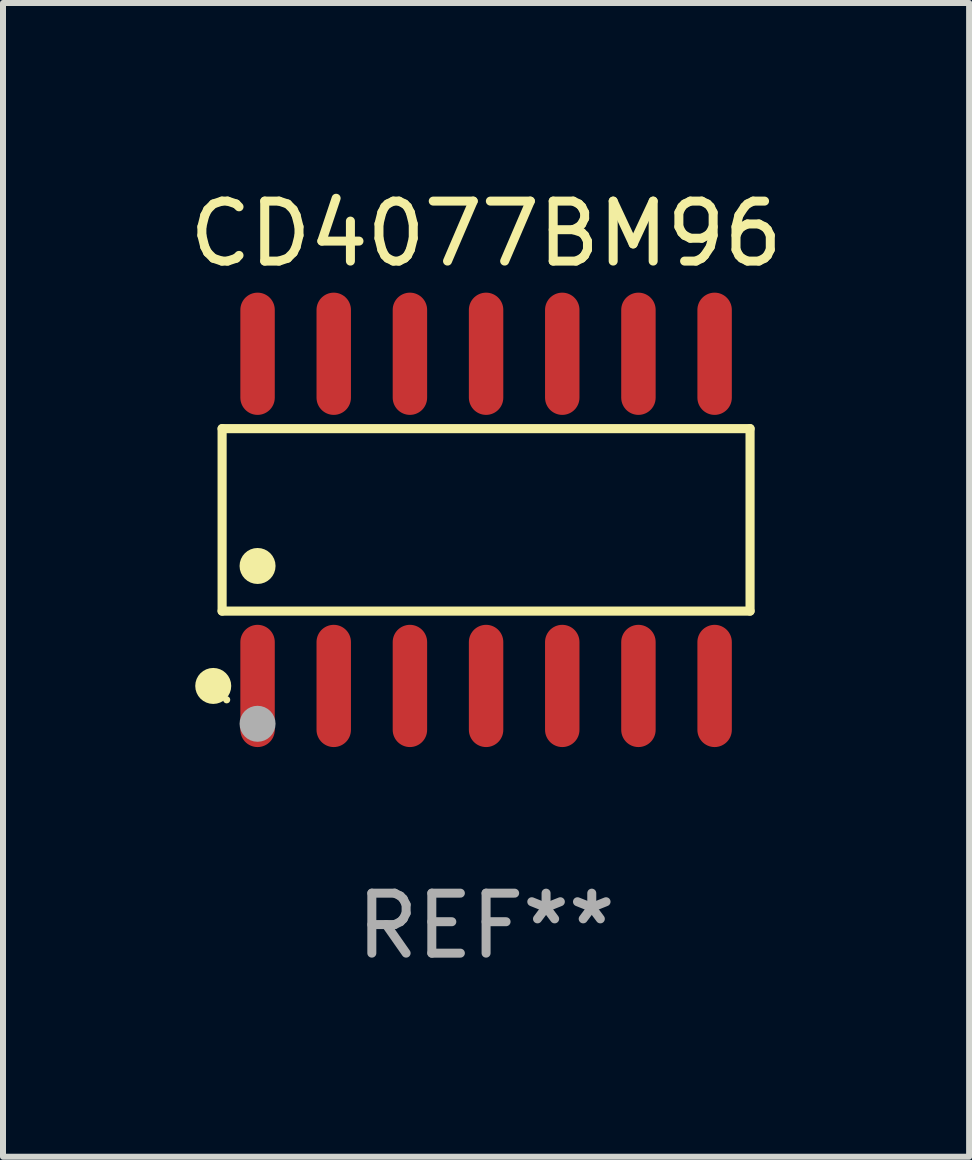
<source format=kicad_pcb>
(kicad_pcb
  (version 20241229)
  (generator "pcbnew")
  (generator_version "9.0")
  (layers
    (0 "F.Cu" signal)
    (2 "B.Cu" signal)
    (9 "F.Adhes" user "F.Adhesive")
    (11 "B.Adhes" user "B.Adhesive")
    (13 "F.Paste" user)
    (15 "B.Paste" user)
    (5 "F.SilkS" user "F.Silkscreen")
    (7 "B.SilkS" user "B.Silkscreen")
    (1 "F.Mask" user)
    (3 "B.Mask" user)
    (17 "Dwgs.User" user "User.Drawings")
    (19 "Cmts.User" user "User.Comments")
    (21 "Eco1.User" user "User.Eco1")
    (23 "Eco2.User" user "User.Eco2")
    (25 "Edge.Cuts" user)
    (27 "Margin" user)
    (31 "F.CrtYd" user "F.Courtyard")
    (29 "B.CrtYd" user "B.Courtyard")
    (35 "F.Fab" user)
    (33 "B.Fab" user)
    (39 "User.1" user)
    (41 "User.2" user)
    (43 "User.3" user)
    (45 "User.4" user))
  (footprint "CD4077BM96"
    (layer "F.Cu")
    (at 5.054 5.617)
    (property "Reference" "CD4077BM96" (at 0 -4.769 0) (layer "F.SilkS") (effects (font (size 1 1) (thickness 0.15))))
    (attr through_hole)
    (fp_line (start -4.401 -1.521) (end 4.401 -1.521) (stroke (width 0.152) (type solid)) (layer "F.SilkS"))
    (fp_line (start -4.401 1.521) (end -4.401 -1.521) (stroke (width 0.152) (type solid)) (layer "F.SilkS"))
    (fp_line (start 4.401 -1.521) (end 4.401 1.521) (stroke (width 0.152) (type solid)) (layer "F.SilkS"))
    (fp_line (start 4.401 1.521) (end -4.401 1.521) (stroke (width 0.152) (type solid)) (layer "F.SilkS"))
    (fp_circle (center -4.549 2.769) (end -4.399 2.769) (stroke (width 0.3) (type solid)) (fill no) (layer "F.SilkS"))
    (fp_circle (center -4.325 3) (end -4.295 3) (stroke (width 0.06) (type solid)) (fill no) (layer "F.SilkS"))
    (fp_circle (center -3.81 0.769) (end -3.66 0.769) (stroke (width 0.3) (type solid)) (fill no) (layer "F.SilkS"))
    (fp_circle (center -3.81 3.4) (end -3.66 3.4) (stroke (width 0.3) (type solid)) (fill no) (layer "F.Fab"))
    (fp_text user "REF**" (at 0 6.769 0) (layer "F.Fab") (effects (font (size 1 1) (thickness 0.15))))
    (pad "1" smd oval (at -3.81 2.769) (size 0.574 2.038) (layers "F.Cu" "F.Mask" "F.Paste"))
    (pad "2" smd oval (at -2.54 2.769) (size 0.574 2.038) (layers "F.Cu" "F.Mask" "F.Paste"))
    (pad "3" smd oval (at -1.27 2.769) (size 0.574 2.038) (layers "F.Cu" "F.Mask" "F.Paste"))
    (pad "4" smd oval (at 0 2.769) (size 0.574 2.038) (layers "F.Cu" "F.Mask" "F.Paste"))
    (pad "5" smd oval (at 1.27 2.769) (size 0.574 2.038) (layers "F.Cu" "F.Mask" "F.Paste"))
    (pad "6" smd oval (at 2.54 2.769) (size 0.574 2.038) (layers "F.Cu" "F.Mask" "F.Paste"))
    (pad "7" smd oval (at 3.81 2.769) (size 0.574 2.038) (layers "F.Cu" "F.Mask" "F.Paste"))
    (pad "8" smd oval (at 3.81 -2.769) (size 0.574 2.038) (layers "F.Cu" "F.Mask" "F.Paste"))
    (pad "9" smd oval (at 2.54 -2.769) (size 0.574 2.038) (layers "F.Cu" "F.Mask" "F.Paste"))
    (pad "10" smd oval (at 1.27 -2.769) (size 0.574 2.038) (layers "F.Cu" "F.Mask" "F.Paste"))
    (pad "11" smd oval (at 0 -2.769) (size 0.574 2.038) (layers "F.Cu" "F.Mask" "F.Paste"))
    (pad "12" smd oval (at -1.27 -2.769) (size 0.574 2.038) (layers "F.Cu" "F.Mask" "F.Paste"))
    (pad "13" smd oval (at -2.54 -2.769) (size 0.574 2.038) (layers "F.Cu" "F.Mask" "F.Paste"))
    (pad "14" smd oval (at -3.81 -2.769) (size 0.574 2.038) (layers "F.Cu" "F.Mask" "F.Paste")))
  (gr_rect
    (start -3 -3)
    (end 13.107 16.235)
    (stroke (width 0.1) (type default))
    (fill no)
    (layer "Edge.Cuts")))
</source>
